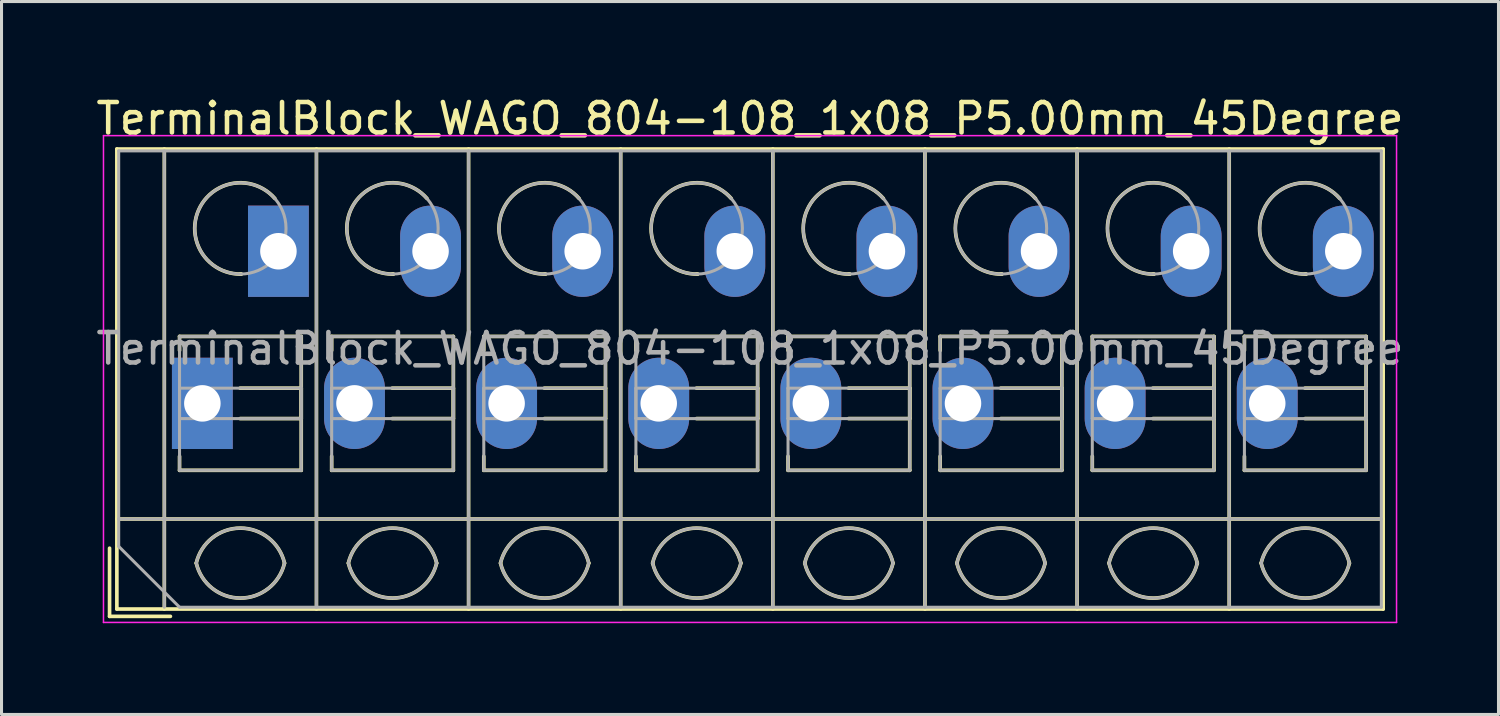
<source format=kicad_pcb>
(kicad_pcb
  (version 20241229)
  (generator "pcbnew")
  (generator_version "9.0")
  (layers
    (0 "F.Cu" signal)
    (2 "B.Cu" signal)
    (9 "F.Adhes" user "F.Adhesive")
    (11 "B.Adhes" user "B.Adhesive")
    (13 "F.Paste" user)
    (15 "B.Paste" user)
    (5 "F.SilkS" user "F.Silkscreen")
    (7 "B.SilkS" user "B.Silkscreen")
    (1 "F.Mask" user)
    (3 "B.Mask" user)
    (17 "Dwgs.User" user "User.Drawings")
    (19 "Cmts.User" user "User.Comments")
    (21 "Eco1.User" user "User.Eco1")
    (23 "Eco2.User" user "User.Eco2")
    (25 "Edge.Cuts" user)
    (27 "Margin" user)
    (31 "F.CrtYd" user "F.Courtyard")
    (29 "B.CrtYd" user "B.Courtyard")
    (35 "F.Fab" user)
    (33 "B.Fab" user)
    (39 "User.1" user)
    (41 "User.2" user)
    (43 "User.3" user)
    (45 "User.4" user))
  (footprint "TerminalBlock_WAGO_804-108_1x08_P5.00mm_45Degree"
    (layer "F.Cu")
    (at 3.601 10.208)
    (property "Reference" "TerminalBlock_WAGO_804-108_1x08_P5.00mm_45Degree" (at 18 -9.36 0) (layer "F.SilkS") (effects (font (size 1 1) (thickness 0.15))))
    (attr through_hole)
    (fp_line (start -3.05 4.76) (end -3.05 7) (stroke (width 0.12) (type solid)) (layer "F.SilkS"))
    (fp_line (start -3.05 7) (end -1.05 7) (stroke (width 0.12) (type solid)) (layer "F.SilkS"))
    (fp_line (start -2.81 -8.361) (end -2.81 6.76) (stroke (width 0.12) (type solid)) (layer "F.SilkS"))
    (fp_line (start -2.81 -8.361) (end 38.81 -8.361) (stroke (width 0.12) (type solid)) (layer "F.SilkS"))
    (fp_line (start -2.81 3.8) (end 38.81 3.8) (stroke (width 0.12) (type solid)) (layer "F.SilkS"))
    (fp_line (start -2.81 6.76) (end 38.81 6.76) (stroke (width 0.12) (type solid)) (layer "F.SilkS"))
    (fp_line (start -1.25 -8.361) (end -1.25 6.76) (stroke (width 0.12) (type solid)) (layer "F.SilkS"))
    (fp_line (start -0.75 -2.2) (end -0.75 -1.74) (stroke (width 0.12) (type solid)) (layer "F.SilkS"))
    (fp_line (start -0.75 -2.2) (end 3.25 -2.2) (stroke (width 0.12) (type solid)) (layer "F.SilkS"))
    (fp_line (start -0.75 1.74) (end -0.75 2.2) (stroke (width 0.12) (type solid)) (layer "F.SilkS"))
    (fp_line (start -0.75 2.2) (end 3.25 2.2) (stroke (width 0.12) (type solid)) (layer "F.SilkS"))
    (fp_line (start 1.24 -0.5) (end 3.25 -0.5) (stroke (width 0.12) (type solid)) (layer "F.SilkS"))
    (fp_line (start 1.24 0.5) (end 3.25 0.5) (stroke (width 0.12) (type solid)) (layer "F.SilkS"))
    (fp_line (start 3.25 -2.2) (end 3.25 2.2) (stroke (width 0.12) (type solid)) (layer "F.SilkS"))
    (fp_line (start 3.25 -0.5) (end 3.25 0.5) (stroke (width 0.12) (type solid)) (layer "F.SilkS"))
    (fp_line (start 3.75 -8.361) (end 3.75 6.76) (stroke (width 0.12) (type solid)) (layer "F.SilkS"))
    (fp_line (start 4.25 -2.2) (end 4.25 -1.74) (stroke (width 0.12) (type solid)) (layer "F.SilkS"))
    (fp_line (start 4.25 -2.2) (end 8.25 -2.2) (stroke (width 0.12) (type solid)) (layer "F.SilkS"))
    (fp_line (start 4.25 1.74) (end 4.25 2.2) (stroke (width 0.12) (type solid)) (layer "F.SilkS"))
    (fp_line (start 4.25 2.2) (end 8.25 2.2) (stroke (width 0.12) (type solid)) (layer "F.SilkS"))
    (fp_line (start 6.24 -0.5) (end 8.25 -0.5) (stroke (width 0.12) (type solid)) (layer "F.SilkS"))
    (fp_line (start 6.24 0.5) (end 8.25 0.5) (stroke (width 0.12) (type solid)) (layer "F.SilkS"))
    (fp_line (start 8.25 -2.2) (end 8.25 2.2) (stroke (width 0.12) (type solid)) (layer "F.SilkS"))
    (fp_line (start 8.25 -0.5) (end 8.25 0.5) (stroke (width 0.12) (type solid)) (layer "F.SilkS"))
    (fp_line (start 8.75 -8.361) (end 8.75 6.76) (stroke (width 0.12) (type solid)) (layer "F.SilkS"))
    (fp_line (start 9.25 -2.2) (end 9.25 -1.74) (stroke (width 0.12) (type solid)) (layer "F.SilkS"))
    (fp_line (start 9.25 -2.2) (end 13.25 -2.2) (stroke (width 0.12) (type solid)) (layer "F.SilkS"))
    (fp_line (start 9.25 1.74) (end 9.25 2.2) (stroke (width 0.12) (type solid)) (layer "F.SilkS"))
    (fp_line (start 9.25 2.2) (end 13.25 2.2) (stroke (width 0.12) (type solid)) (layer "F.SilkS"))
    (fp_line (start 11.24 -0.5) (end 13.25 -0.5) (stroke (width 0.12) (type solid)) (layer "F.SilkS"))
    (fp_line (start 11.24 0.5) (end 13.25 0.5) (stroke (width 0.12) (type solid)) (layer "F.SilkS"))
    (fp_line (start 13.25 -2.2) (end 13.25 2.2) (stroke (width 0.12) (type solid)) (layer "F.SilkS"))
    (fp_line (start 13.25 -0.5) (end 13.25 0.5) (stroke (width 0.12) (type solid)) (layer "F.SilkS"))
    (fp_line (start 13.75 -8.361) (end 13.75 6.76) (stroke (width 0.12) (type solid)) (layer "F.SilkS"))
    (fp_line (start 14.25 -2.2) (end 14.25 -1.74) (stroke (width 0.12) (type solid)) (layer "F.SilkS"))
    (fp_line (start 14.25 -2.2) (end 18.25 -2.2) (stroke (width 0.12) (type solid)) (layer "F.SilkS"))
    (fp_line (start 14.25 1.74) (end 14.25 2.2) (stroke (width 0.12) (type solid)) (layer "F.SilkS"))
    (fp_line (start 14.25 2.2) (end 18.25 2.2) (stroke (width 0.12) (type solid)) (layer "F.SilkS"))
    (fp_line (start 16.24 -0.5) (end 18.25 -0.5) (stroke (width 0.12) (type solid)) (layer "F.SilkS"))
    (fp_line (start 16.24 0.5) (end 18.25 0.5) (stroke (width 0.12) (type solid)) (layer "F.SilkS"))
    (fp_line (start 18.25 -2.2) (end 18.25 2.2) (stroke (width 0.12) (type solid)) (layer "F.SilkS"))
    (fp_line (start 18.25 -0.5) (end 18.25 0.5) (stroke (width 0.12) (type solid)) (layer "F.SilkS"))
    (fp_line (start 18.75 -8.361) (end 18.75 6.76) (stroke (width 0.12) (type solid)) (layer "F.SilkS"))
    (fp_line (start 19.25 -2.2) (end 19.25 -1.74) (stroke (width 0.12) (type solid)) (layer "F.SilkS"))
    (fp_line (start 19.25 -2.2) (end 23.25 -2.2) (stroke (width 0.12) (type solid)) (layer "F.SilkS"))
    (fp_line (start 19.25 1.74) (end 19.25 2.2) (stroke (width 0.12) (type solid)) (layer "F.SilkS"))
    (fp_line (start 19.25 2.2) (end 23.25 2.2) (stroke (width 0.12) (type solid)) (layer "F.SilkS"))
    (fp_line (start 21.24 -0.5) (end 23.25 -0.5) (stroke (width 0.12) (type solid)) (layer "F.SilkS"))
    (fp_line (start 21.24 0.5) (end 23.25 0.5) (stroke (width 0.12) (type solid)) (layer "F.SilkS"))
    (fp_line (start 23.25 -2.2) (end 23.25 2.2) (stroke (width 0.12) (type solid)) (layer "F.SilkS"))
    (fp_line (start 23.25 -0.5) (end 23.25 0.5) (stroke (width 0.12) (type solid)) (layer "F.SilkS"))
    (fp_line (start 23.75 -8.361) (end 23.75 6.76) (stroke (width 0.12) (type solid)) (layer "F.SilkS"))
    (fp_line (start 24.25 -2.2) (end 24.25 -1.74) (stroke (width 0.12) (type solid)) (layer "F.SilkS"))
    (fp_line (start 24.25 -2.2) (end 28.25 -2.2) (stroke (width 0.12) (type solid)) (layer "F.SilkS"))
    (fp_line (start 24.25 1.74) (end 24.25 2.2) (stroke (width 0.12) (type solid)) (layer "F.SilkS"))
    (fp_line (start 24.25 2.2) (end 28.25 2.2) (stroke (width 0.12) (type solid)) (layer "F.SilkS"))
    (fp_line (start 26.24 -0.5) (end 28.25 -0.5) (stroke (width 0.12) (type solid)) (layer "F.SilkS"))
    (fp_line (start 26.24 0.5) (end 28.25 0.5) (stroke (width 0.12) (type solid)) (layer "F.SilkS"))
    (fp_line (start 28.25 -2.2) (end 28.25 2.2) (stroke (width 0.12) (type solid)) (layer "F.SilkS"))
    (fp_line (start 28.25 -0.5) (end 28.25 0.5) (stroke (width 0.12) (type solid)) (layer "F.SilkS"))
    (fp_line (start 28.75 -8.361) (end 28.75 6.76) (stroke (width 0.12) (type solid)) (layer "F.SilkS"))
    (fp_line (start 29.25 -2.2) (end 29.25 -1.74) (stroke (width 0.12) (type solid)) (layer "F.SilkS"))
    (fp_line (start 29.25 -2.2) (end 33.25 -2.2) (stroke (width 0.12) (type solid)) (layer "F.SilkS"))
    (fp_line (start 29.25 1.74) (end 29.25 2.2) (stroke (width 0.12) (type solid)) (layer "F.SilkS"))
    (fp_line (start 29.25 2.2) (end 33.25 2.2) (stroke (width 0.12) (type solid)) (layer "F.SilkS"))
    (fp_line (start 31.24 -0.5) (end 33.25 -0.5) (stroke (width 0.12) (type solid)) (layer "F.SilkS"))
    (fp_line (start 31.24 0.5) (end 33.25 0.5) (stroke (width 0.12) (type solid)) (layer "F.SilkS"))
    (fp_line (start 33.25 -2.2) (end 33.25 2.2) (stroke (width 0.12) (type solid)) (layer "F.SilkS"))
    (fp_line (start 33.25 -0.5) (end 33.25 0.5) (stroke (width 0.12) (type solid)) (layer "F.SilkS"))
    (fp_line (start 33.75 -8.361) (end 33.75 6.76) (stroke (width 0.12) (type solid)) (layer "F.SilkS"))
    (fp_line (start 34.25 -2.2) (end 34.25 -1.74) (stroke (width 0.12) (type solid)) (layer "F.SilkS"))
    (fp_line (start 34.25 -2.2) (end 38.25 -2.2) (stroke (width 0.12) (type solid)) (layer "F.SilkS"))
    (fp_line (start 34.25 1.74) (end 34.25 2.2) (stroke (width 0.12) (type solid)) (layer "F.SilkS"))
    (fp_line (start 34.25 2.2) (end 38.25 2.2) (stroke (width 0.12) (type solid)) (layer "F.SilkS"))
    (fp_line (start 36.24 -0.5) (end 38.25 -0.5) (stroke (width 0.12) (type solid)) (layer "F.SilkS"))
    (fp_line (start 36.24 0.5) (end 38.25 0.5) (stroke (width 0.12) (type solid)) (layer "F.SilkS"))
    (fp_line (start 38.25 -2.2) (end 38.25 2.2) (stroke (width 0.12) (type solid)) (layer "F.SilkS"))
    (fp_line (start 38.25 -0.5) (end 38.25 0.5) (stroke (width 0.12) (type solid)) (layer "F.SilkS"))
    (fp_line (start 38.81 -8.361) (end 38.81 6.76) (stroke (width 0.12) (type solid)) (layer "F.SilkS"))
    (fp_arc (start -0.200865 5.250424) (mid 1.250296 4.099926) (end 2.701 5.251) (stroke (width 0.12) (type solid)) (layer "F.SilkS"))
    (fp_arc (start 1.276179 -4.250228) (mid 1.26309 -4.250057) (end 1.25 -4.25) (stroke (width 0.12) (type solid)) (layer "F.SilkS"))
    (fp_arc (start 1.276275 -4.248926) (mid -0.121539 -6.360568) (end 2.383 -6.735) (stroke (width 0.12) (type solid)) (layer "F.SilkS"))
    (fp_arc (start 2.7 5.25) (mid 1.250068 6.400101) (end -0.199969 5.250133) (stroke (width 0.12) (type solid)) (layer "F.SilkS"))
    (fp_arc (start 4.799135 5.250424) (mid 6.250296 4.099926) (end 7.701 5.251) (stroke (width 0.12) (type solid)) (layer "F.SilkS"))
    (fp_arc (start 6.276179 -4.250228) (mid 6.26309 -4.250057) (end 6.25 -4.25) (stroke (width 0.12) (type solid)) (layer "F.SilkS"))
    (fp_arc (start 6.276275 -4.248926) (mid 4.878461 -6.360568) (end 7.383 -6.735) (stroke (width 0.12) (type solid)) (layer "F.SilkS"))
    (fp_arc (start 7.7 5.25) (mid 6.250068 6.400101) (end 4.800031 5.250133) (stroke (width 0.12) (type solid)) (layer "F.SilkS"))
    (fp_arc (start 9.799135 5.250424) (mid 11.250296 4.099926) (end 12.701 5.251) (stroke (width 0.12) (type solid)) (layer "F.SilkS"))
    (fp_arc (start 11.276179 -4.250228) (mid 11.26309 -4.250057) (end 11.25 -4.25) (stroke (width 0.12) (type solid)) (layer "F.SilkS"))
    (fp_arc (start 11.276275 -4.248926) (mid 9.878461 -6.360568) (end 12.383 -6.735) (stroke (width 0.12) (type solid)) (layer "F.SilkS"))
    (fp_arc (start 12.7 5.25) (mid 11.250068 6.400101) (end 9.800031 5.250133) (stroke (width 0.12) (type solid)) (layer "F.SilkS"))
    (fp_arc (start 14.799135 5.250424) (mid 16.250296 4.099926) (end 17.701 5.251) (stroke (width 0.12) (type solid)) (layer "F.SilkS"))
    (fp_arc (start 16.276179 -4.250228) (mid 16.26309 -4.250057) (end 16.25 -4.25) (stroke (width 0.12) (type solid)) (layer "F.SilkS"))
    (fp_arc (start 16.276275 -4.248926) (mid 14.878461 -6.360568) (end 17.383 -6.735) (stroke (width 0.12) (type solid)) (layer "F.SilkS"))
    (fp_arc (start 17.7 5.25) (mid 16.250068 6.400101) (end 14.800031 5.250133) (stroke (width 0.12) (type solid)) (layer "F.SilkS"))
    (fp_arc (start 19.799135 5.250424) (mid 21.250296 4.099926) (end 22.701 5.251) (stroke (width 0.12) (type solid)) (layer "F.SilkS"))
    (fp_arc (start 21.276179 -4.250228) (mid 21.26309 -4.250057) (end 21.25 -4.25) (stroke (width 0.12) (type solid)) (layer "F.SilkS"))
    (fp_arc (start 21.276275 -4.248926) (mid 19.878461 -6.360568) (end 22.383 -6.735) (stroke (width 0.12) (type solid)) (layer "F.SilkS"))
    (fp_arc (start 22.7 5.25) (mid 21.250068 6.400101) (end 19.800031 5.250133) (stroke (width 0.12) (type solid)) (layer "F.SilkS"))
    (fp_arc (start 24.799135 5.250424) (mid 26.250296 4.099926) (end 27.701 5.251) (stroke (width 0.12) (type solid)) (layer "F.SilkS"))
    (fp_arc (start 26.276179 -4.250228) (mid 26.26309 -4.250057) (end 26.25 -4.25) (stroke (width 0.12) (type solid)) (layer "F.SilkS"))
    (fp_arc (start 26.276275 -4.248926) (mid 24.878461 -6.360568) (end 27.383 -6.735) (stroke (width 0.12) (type solid)) (layer "F.SilkS"))
    (fp_arc (start 27.7 5.25) (mid 26.250068 6.400101) (end 24.800031 5.250133) (stroke (width 0.12) (type solid)) (layer "F.SilkS"))
    (fp_arc (start 29.799135 5.250424) (mid 31.250296 4.099926) (end 32.701 5.251) (stroke (width 0.12) (type solid)) (layer "F.SilkS"))
    (fp_arc (start 31.276179 -4.250228) (mid 31.26309 -4.250057) (end 31.25 -4.25) (stroke (width 0.12) (type solid)) (layer "F.SilkS"))
    (fp_arc (start 31.276275 -4.248926) (mid 29.878461 -6.360568) (end 32.383 -6.735) (stroke (width 0.12) (type solid)) (layer "F.SilkS"))
    (fp_arc (start 32.701 5.25) (mid 31.250296 6.401074) (end 29.799135 5.250576) (stroke (width 0.12) (type solid)) (layer "F.SilkS"))
    (fp_arc (start 34.799135 5.250424) (mid 36.250296 4.099926) (end 37.701 5.251) (stroke (width 0.12) (type solid)) (layer "F.SilkS"))
    (fp_arc (start 36.276179 -4.250228) (mid 36.26309 -4.250057) (end 36.25 -4.25) (stroke (width 0.12) (type solid)) (layer "F.SilkS"))
    (fp_arc (start 36.276275 -4.248926) (mid 34.878461 -6.360568) (end 37.383 -6.735) (stroke (width 0.12) (type solid)) (layer "F.SilkS"))
    (fp_arc (start 37.7 5.25) (mid 36.250068 6.400101) (end 34.800031 5.250133) (stroke (width 0.12) (type solid)) (layer "F.SilkS"))
    (fp_line (start -3.25 -8.8) (end -3.25 7.2) (stroke (width 0.05) (type solid)) (layer "F.CrtYd"))
    (fp_line (start -3.25 7.2) (end 39.25 7.2) (stroke (width 0.05) (type solid)) (layer "F.CrtYd"))
    (fp_line (start 39.25 -8.8) (end -3.25 -8.8) (stroke (width 0.05) (type solid)) (layer "F.CrtYd"))
    (fp_line (start 39.25 7.2) (end 39.25 -8.8) (stroke (width 0.05) (type solid)) (layer "F.CrtYd"))
    (fp_line (start -2.75 -8.3) (end 38.75 -8.3) (stroke (width 0.1) (type solid)) (layer "F.Fab"))
    (fp_line (start -2.75 3.8) (end 38.75 3.8) (stroke (width 0.1) (type solid)) (layer "F.Fab"))
    (fp_line (start -2.75 4.7) (end -2.75 -8.3) (stroke (width 0.1) (type solid)) (layer "F.Fab"))
    (fp_line (start -1.25 -8.3) (end -1.25 6.7) (stroke (width 0.1) (type solid)) (layer "F.Fab"))
    (fp_line (start -0.75 -2.2) (end -0.75 2.2) (stroke (width 0.1) (type solid)) (layer "F.Fab"))
    (fp_line (start -0.75 -0.5) (end -0.75 0.5) (stroke (width 0.1) (type solid)) (layer "F.Fab"))
    (fp_line (start -0.75 0.5) (end 3.25 0.5) (stroke (width 0.1) (type solid)) (layer "F.Fab"))
    (fp_line (start -0.75 2.2) (end 3.25 2.2) (stroke (width 0.1) (type solid)) (layer "F.Fab"))
    (fp_line (start -0.75 6.7) (end -2.75 4.7) (stroke (width 0.1) (type solid)) (layer "F.Fab"))
    (fp_line (start 3.25 -2.2) (end -0.75 -2.2) (stroke (width 0.1) (type solid)) (layer "F.Fab"))
    (fp_line (start 3.25 -0.5) (end -0.75 -0.5) (stroke (width 0.1) (type solid)) (layer "F.Fab"))
    (fp_line (start 3.25 0.5) (end 3.25 -0.5) (stroke (width 0.1) (type solid)) (layer "F.Fab"))
    (fp_line (start 3.25 2.2) (end 3.25 -2.2) (stroke (width 0.1) (type solid)) (layer "F.Fab"))
    (fp_line (start 3.75 -8.3) (end 3.75 6.7) (stroke (width 0.1) (type solid)) (layer "F.Fab"))
    (fp_line (start 4.25 -2.2) (end 4.25 2.2) (stroke (width 0.1) (type solid)) (layer "F.Fab"))
    (fp_line (start 4.25 -0.5) (end 4.25 0.5) (stroke (width 0.1) (type solid)) (layer "F.Fab"))
    (fp_line (start 4.25 0.5) (end 8.25 0.5) (stroke (width 0.1) (type solid)) (layer "F.Fab"))
    (fp_line (start 4.25 2.2) (end 8.25 2.2) (stroke (width 0.1) (type solid)) (layer "F.Fab"))
    (fp_line (start 8.25 -2.2) (end 4.25 -2.2) (stroke (width 0.1) (type solid)) (layer "F.Fab"))
    (fp_line (start 8.25 -0.5) (end 4.25 -0.5) (stroke (width 0.1) (type solid)) (layer "F.Fab"))
    (fp_line (start 8.25 0.5) (end 8.25 -0.5) (stroke (width 0.1) (type solid)) (layer "F.Fab"))
    (fp_line (start 8.25 2.2) (end 8.25 -2.2) (stroke (width 0.1) (type solid)) (layer "F.Fab"))
    (fp_line (start 8.75 -8.3) (end 8.75 6.7) (stroke (width 0.1) (type solid)) (layer "F.Fab"))
    (fp_line (start 9.25 -2.2) (end 9.25 2.2) (stroke (width 0.1) (type solid)) (layer "F.Fab"))
    (fp_line (start 9.25 -0.5) (end 9.25 0.5) (stroke (width 0.1) (type solid)) (layer "F.Fab"))
    (fp_line (start 9.25 0.5) (end 13.25 0.5) (stroke (width 0.1) (type solid)) (layer "F.Fab"))
    (fp_line (start 9.25 2.2) (end 13.25 2.2) (stroke (width 0.1) (type solid)) (layer "F.Fab"))
    (fp_line (start 13.25 -2.2) (end 9.25 -2.2) (stroke (width 0.1) (type solid)) (layer "F.Fab"))
    (fp_line (start 13.25 -0.5) (end 9.25 -0.5) (stroke (width 0.1) (type solid)) (layer "F.Fab"))
    (fp_line (start 13.25 0.5) (end 13.25 -0.5) (stroke (width 0.1) (type solid)) (layer "F.Fab"))
    (fp_line (start 13.25 2.2) (end 13.25 -2.2) (stroke (width 0.1) (type solid)) (layer "F.Fab"))
    (fp_line (start 13.75 -8.3) (end 13.75 6.7) (stroke (width 0.1) (type solid)) (layer "F.Fab"))
    (fp_line (start 14.25 -2.2) (end 14.25 2.2) (stroke (width 0.1) (type solid)) (layer "F.Fab"))
    (fp_line (start 14.25 -0.5) (end 14.25 0.5) (stroke (width 0.1) (type solid)) (layer "F.Fab"))
    (fp_line (start 14.25 0.5) (end 18.25 0.5) (stroke (width 0.1) (type solid)) (layer "F.Fab"))
    (fp_line (start 14.25 2.2) (end 18.25 2.2) (stroke (width 0.1) (type solid)) (layer "F.Fab"))
    (fp_line (start 18.25 -2.2) (end 14.25 -2.2) (stroke (width 0.1) (type solid)) (layer "F.Fab"))
    (fp_line (start 18.25 -0.5) (end 14.25 -0.5) (stroke (width 0.1) (type solid)) (layer "F.Fab"))
    (fp_line (start 18.25 0.5) (end 18.25 -0.5) (stroke (width 0.1) (type solid)) (layer "F.Fab"))
    (fp_line (start 18.25 2.2) (end 18.25 -2.2) (stroke (width 0.1) (type solid)) (layer "F.Fab"))
    (fp_line (start 18.75 -8.3) (end 18.75 6.7) (stroke (width 0.1) (type solid)) (layer "F.Fab"))
    (fp_line (start 19.25 -2.2) (end 19.25 2.2) (stroke (width 0.1) (type solid)) (layer "F.Fab"))
    (fp_line (start 19.25 -0.5) (end 19.25 0.5) (stroke (width 0.1) (type solid)) (layer "F.Fab"))
    (fp_line (start 19.25 0.5) (end 23.25 0.5) (stroke (width 0.1) (type solid)) (layer "F.Fab"))
    (fp_line (start 19.25 2.2) (end 23.25 2.2) (stroke (width 0.1) (type solid)) (layer "F.Fab"))
    (fp_line (start 23.25 -2.2) (end 19.25 -2.2) (stroke (width 0.1) (type solid)) (layer "F.Fab"))
    (fp_line (start 23.25 -0.5) (end 19.25 -0.5) (stroke (width 0.1) (type solid)) (layer "F.Fab"))
    (fp_line (start 23.25 0.5) (end 23.25 -0.5) (stroke (width 0.1) (type solid)) (layer "F.Fab"))
    (fp_line (start 23.25 2.2) (end 23.25 -2.2) (stroke (width 0.1) (type solid)) (layer "F.Fab"))
    (fp_line (start 23.75 -8.3) (end 23.75 6.7) (stroke (width 0.1) (type solid)) (layer "F.Fab"))
    (fp_line (start 24.25 -2.2) (end 24.25 2.2) (stroke (width 0.1) (type solid)) (layer "F.Fab"))
    (fp_line (start 24.25 -0.5) (end 24.25 0.5) (stroke (width 0.1) (type solid)) (layer "F.Fab"))
    (fp_line (start 24.25 0.5) (end 28.25 0.5) (stroke (width 0.1) (type solid)) (layer "F.Fab"))
    (fp_line (start 24.25 2.2) (end 28.25 2.2) (stroke (width 0.1) (type solid)) (layer "F.Fab"))
    (fp_line (start 28.25 -2.2) (end 24.25 -2.2) (stroke (width 0.1) (type solid)) (layer "F.Fab"))
    (fp_line (start 28.25 -0.5) (end 24.25 -0.5) (stroke (width 0.1) (type solid)) (layer "F.Fab"))
    (fp_line (start 28.25 0.5) (end 28.25 -0.5) (stroke (width 0.1) (type solid)) (layer "F.Fab"))
    (fp_line (start 28.25 2.2) (end 28.25 -2.2) (stroke (width 0.1) (type solid)) (layer "F.Fab"))
    (fp_line (start 28.75 -8.3) (end 28.75 6.7) (stroke (width 0.1) (type solid)) (layer "F.Fab"))
    (fp_line (start 29.25 -2.2) (end 29.25 2.2) (stroke (width 0.1) (type solid)) (layer "F.Fab"))
    (fp_line (start 29.25 -0.5) (end 29.25 0.5) (stroke (width 0.1) (type solid)) (layer "F.Fab"))
    (fp_line (start 29.25 0.5) (end 33.25 0.5) (stroke (width 0.1) (type solid)) (layer "F.Fab"))
    (fp_line (start 29.25 2.2) (end 33.25 2.2) (stroke (width 0.1) (type solid)) (layer "F.Fab"))
    (fp_line (start 33.25 -2.2) (end 29.25 -2.2) (stroke (width 0.1) (type solid)) (layer "F.Fab"))
    (fp_line (start 33.25 -0.5) (end 29.25 -0.5) (stroke (width 0.1) (type solid)) (layer "F.Fab"))
    (fp_line (start 33.25 0.5) (end 33.25 -0.5) (stroke (width 0.1) (type solid)) (layer "F.Fab"))
    (fp_line (start 33.25 2.2) (end 33.25 -2.2) (stroke (width 0.1) (type solid)) (layer "F.Fab"))
    (fp_line (start 33.75 -8.3) (end 33.75 6.7) (stroke (width 0.1) (type solid)) (layer "F.Fab"))
    (fp_line (start 34.25 -2.2) (end 34.25 2.2) (stroke (width 0.1) (type solid)) (layer "F.Fab"))
    (fp_line (start 34.25 -0.5) (end 34.25 0.5) (stroke (width 0.1) (type solid)) (layer "F.Fab"))
    (fp_line (start 34.25 0.5) (end 38.25 0.5) (stroke (width 0.1) (type solid)) (layer "F.Fab"))
    (fp_line (start 34.25 2.2) (end 38.25 2.2) (stroke (width 0.1) (type solid)) (layer "F.Fab"))
    (fp_line (start 38.25 -2.2) (end 34.25 -2.2) (stroke (width 0.1) (type solid)) (layer "F.Fab"))
    (fp_line (start 38.25 -0.5) (end 34.25 -0.5) (stroke (width 0.1) (type solid)) (layer "F.Fab"))
    (fp_line (start 38.25 0.5) (end 38.25 -0.5) (stroke (width 0.1) (type solid)) (layer "F.Fab"))
    (fp_line (start 38.25 2.2) (end 38.25 -2.2) (stroke (width 0.1) (type solid)) (layer "F.Fab"))
    (fp_line (start 38.75 -8.3) (end 38.75 6.7) (stroke (width 0.1) (type solid)) (layer "F.Fab"))
    (fp_line (start 38.75 6.7) (end -0.75 6.7) (stroke (width 0.1) (type solid)) (layer "F.Fab"))
    (fp_arc (start -0.200865 5.250424) (mid 1.250296 4.099926) (end 2.701 5.251) (stroke (width 0.1) (type solid)) (layer "F.Fab"))
    (fp_arc (start 2.7 5.25) (mid 1.250068 6.400101) (end -0.199969 5.250133) (stroke (width 0.1) (type solid)) (layer "F.Fab"))
    (fp_arc (start 4.799135 5.250424) (mid 6.250296 4.099926) (end 7.701 5.251) (stroke (width 0.1) (type solid)) (layer "F.Fab"))
    (fp_arc (start 7.7 5.25) (mid 6.250068 6.400101) (end 4.800031 5.250133) (stroke (width 0.1) (type solid)) (layer "F.Fab"))
    (fp_arc (start 9.799135 5.250424) (mid 11.250296 4.099926) (end 12.701 5.251) (stroke (width 0.1) (type solid)) (layer "F.Fab"))
    (fp_arc (start 12.7 5.25) (mid 11.250068 6.400101) (end 9.800031 5.250133) (stroke (width 0.1) (type solid)) (layer "F.Fab"))
    (fp_arc (start 14.799135 5.250424) (mid 16.250296 4.099926) (end 17.701 5.251) (stroke (width 0.1) (type solid)) (layer "F.Fab"))
    (fp_arc (start 17.7 5.25) (mid 16.250068 6.400101) (end 14.800031 5.250133) (stroke (width 0.1) (type solid)) (layer "F.Fab"))
    (fp_arc (start 19.799135 5.250424) (mid 21.250296 4.099926) (end 22.701 5.251) (stroke (width 0.1) (type solid)) (layer "F.Fab"))
    (fp_arc (start 22.7 5.25) (mid 21.250068 6.400101) (end 19.800031 5.250133) (stroke (width 0.1) (type solid)) (layer "F.Fab"))
    (fp_arc (start 24.799135 5.250424) (mid 26.250296 4.099926) (end 27.701 5.251) (stroke (width 0.1) (type solid)) (layer "F.Fab"))
    (fp_arc (start 27.7 5.25) (mid 26.250068 6.400101) (end 24.800031 5.250133) (stroke (width 0.1) (type solid)) (layer "F.Fab"))
    (fp_arc (start 29.799135 5.250424) (mid 31.250296 4.099926) (end 32.701 5.251) (stroke (width 0.1) (type solid)) (layer "F.Fab"))
    (fp_arc (start 32.701 5.25) (mid 31.250296 6.401074) (end 29.799135 5.250576) (stroke (width 0.1) (type solid)) (layer "F.Fab"))
    (fp_arc (start 34.799135 5.250424) (mid 36.250296 4.099926) (end 37.701 5.251) (stroke (width 0.1) (type solid)) (layer "F.Fab"))
    (fp_arc (start 37.7 5.25) (mid 36.250068 6.400101) (end 34.800031 5.250133) (stroke (width 0.1) (type solid)) (layer "F.Fab"))
    (fp_circle (center 1.25 -5.75) (end 2.75 -5.75) (stroke (width 0.1) (type solid)) (fill no) (layer "F.Fab"))
    (fp_circle (center 6.25 -5.75) (end 7.75 -5.75) (stroke (width 0.1) (type solid)) (fill no) (layer "F.Fab"))
    (fp_circle (center 11.25 -5.75) (end 12.75 -5.75) (stroke (width 0.1) (type solid)) (fill no) (layer "F.Fab"))
    (fp_circle (center 16.25 -5.75) (end 17.75 -5.75) (stroke (width 0.1) (type solid)) (fill no) (layer "F.Fab"))
    (fp_circle (center 21.25 -5.75) (end 22.75 -5.75) (stroke (width 0.1) (type solid)) (fill no) (layer "F.Fab"))
    (fp_circle (center 26.25 -5.75) (end 27.75 -5.75) (stroke (width 0.1) (type solid)) (fill no) (layer "F.Fab"))
    (fp_circle (center 31.25 -5.75) (end 32.75 -5.75) (stroke (width 0.1) (type solid)) (fill no) (layer "F.Fab"))
    (fp_circle (center 36.25 -5.75) (end 37.75 -5.75) (stroke (width 0.1) (type solid)) (fill no) (layer "F.Fab"))
    (fp_text user "${REFERENCE}" (at 18 -1.8 0) (layer "F.Fab") (effects (font (size 1 1) (thickness 0.15))))
    (pad "1" thru_hole rect (at 0 0) (size 2 3) (drill 1.2) (layers "*.Cu" "*.Mask"))
    (pad "1" thru_hole rect (at 2.5 -5) (size 2 3) (drill 1.2) (layers "*.Cu" "*.Mask"))
    (pad "2" thru_hole oval (at 5 0) (size 2 3) (drill 1.2) (layers "*.Cu" "*.Mask"))
    (pad "2" thru_hole oval (at 7.5 -5) (size 2 3) (drill 1.2) (layers "*.Cu" "*.Mask"))
    (pad "3" thru_hole oval (at 10 0) (size 2 3) (drill 1.2) (layers "*.Cu" "*.Mask"))
    (pad "3" thru_hole oval (at 12.5 -5) (size 2 3) (drill 1.2) (layers "*.Cu" "*.Mask"))
    (pad "4" thru_hole oval (at 15 0) (size 2 3) (drill 1.2) (layers "*.Cu" "*.Mask"))
    (pad "4" thru_hole oval (at 17.5 -5) (size 2 3) (drill 1.2) (layers "*.Cu" "*.Mask"))
    (pad "5" thru_hole oval (at 20 0) (size 2 3) (drill 1.2) (layers "*.Cu" "*.Mask"))
    (pad "5" thru_hole oval (at 22.5 -5) (size 2 3) (drill 1.2) (layers "*.Cu" "*.Mask"))
    (pad "6" thru_hole oval (at 25 0) (size 2 3) (drill 1.2) (layers "*.Cu" "*.Mask"))
    (pad "6" thru_hole oval (at 27.5 -5) (size 2 3) (drill 1.2) (layers "*.Cu" "*.Mask"))
    (pad "7" thru_hole oval (at 30 0) (size 2 3) (drill 1.2) (layers "*.Cu" "*.Mask"))
    (pad "7" thru_hole oval (at 32.5 -5) (size 2 3) (drill 1.2) (layers "*.Cu" "*.Mask"))
    (pad "8" thru_hole oval (at 35 0) (size 2 3) (drill 1.2) (layers "*.Cu" "*.Mask"))
    (pad "8" thru_hole oval (at 37.5 -5) (size 2 3) (drill 1.2) (layers "*.Cu" "*.Mask")))
  (gr_rect
    (start -3 -3)
    (end 46.202 20.433)
    (stroke (width 0.1) (type default))
    (fill no)
    (layer "Edge.Cuts")))
</source>
